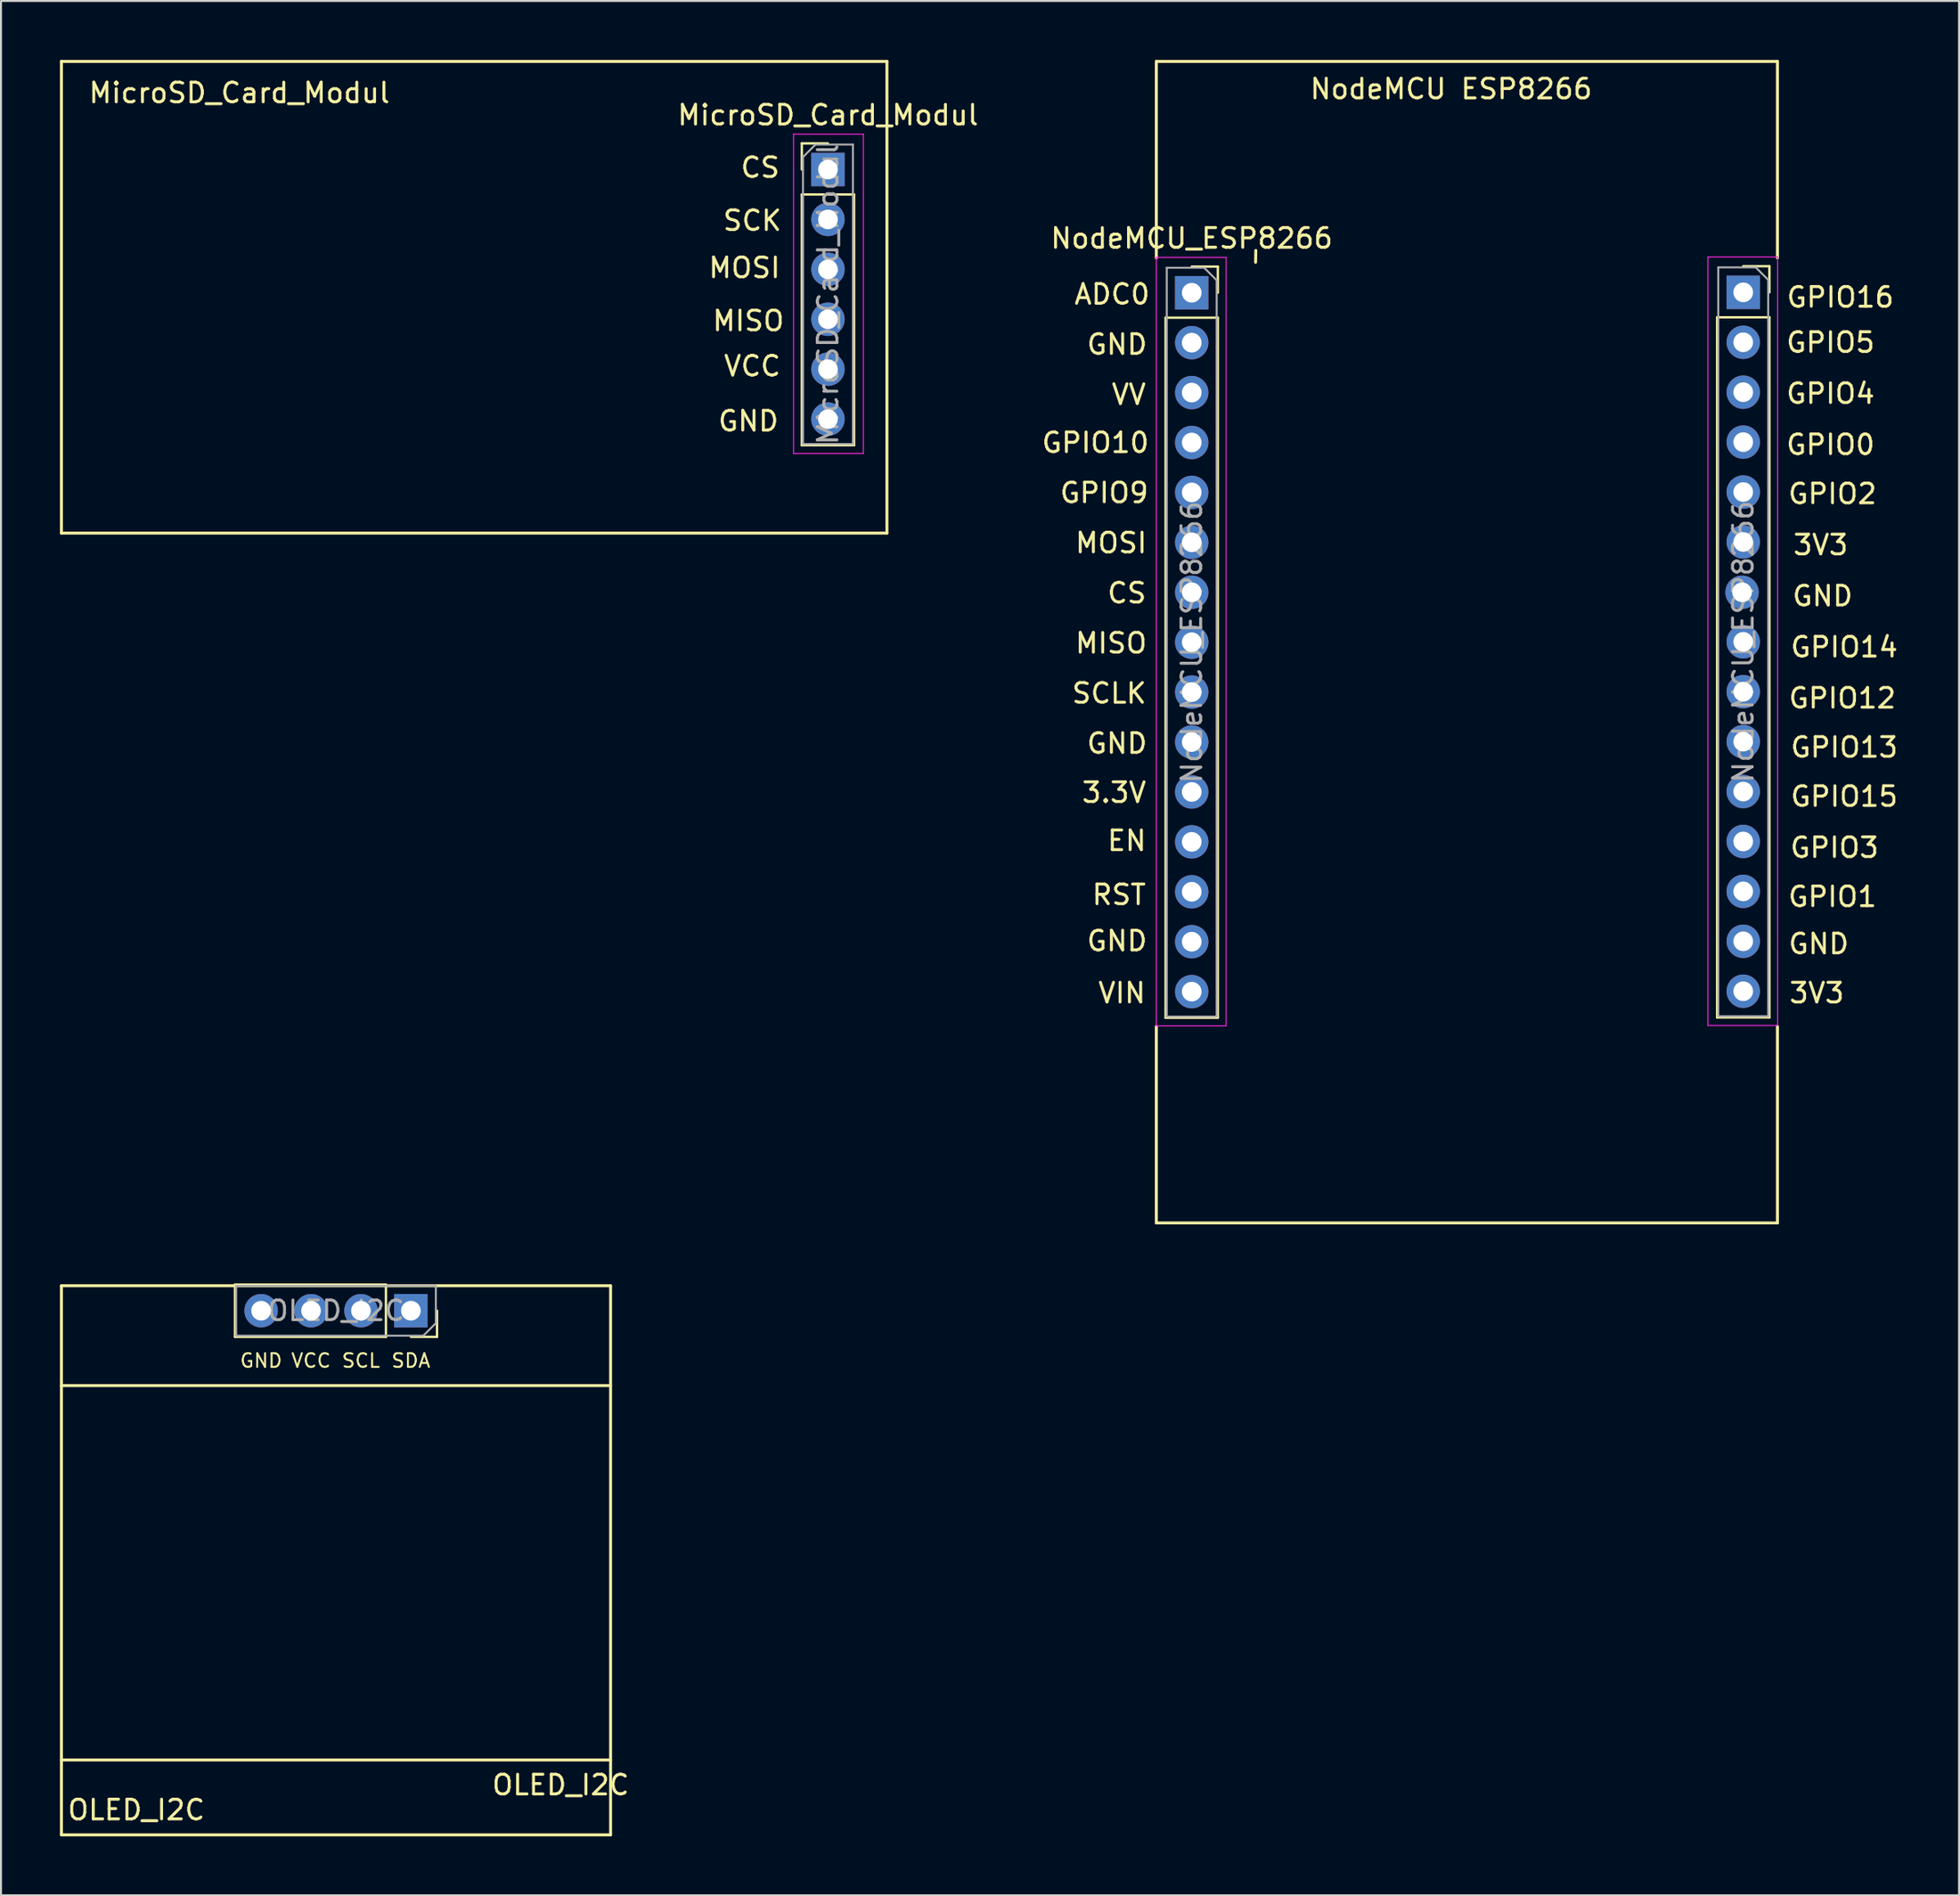
<source format=kicad_pcb>
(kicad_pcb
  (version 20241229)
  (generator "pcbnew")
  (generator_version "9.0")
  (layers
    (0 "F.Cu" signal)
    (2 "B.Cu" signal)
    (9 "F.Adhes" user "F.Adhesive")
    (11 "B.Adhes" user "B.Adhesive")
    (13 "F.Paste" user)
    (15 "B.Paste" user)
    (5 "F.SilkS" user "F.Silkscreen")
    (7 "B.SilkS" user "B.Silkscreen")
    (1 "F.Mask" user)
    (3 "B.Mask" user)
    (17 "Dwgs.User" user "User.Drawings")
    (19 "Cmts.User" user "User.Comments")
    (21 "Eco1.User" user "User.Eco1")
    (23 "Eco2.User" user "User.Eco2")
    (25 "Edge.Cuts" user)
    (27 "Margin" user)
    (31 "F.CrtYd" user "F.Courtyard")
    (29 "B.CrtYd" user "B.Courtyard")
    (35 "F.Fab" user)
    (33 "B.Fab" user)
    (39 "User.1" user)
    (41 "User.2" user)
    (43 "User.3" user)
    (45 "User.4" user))
  (footprint "OLED_I2C"
    (layer "F.Cu")
    (at 7.695 64.91)
    (property "Reference" "OLED_I2C" (at 17.78 22.86 0) (layer "F.SilkS") (effects (font (size 1 1) (thickness 0.15))))
    (attr through_hole)
    (fp_line (start -7.62 -2.54) (end -7.62 25.4) (stroke (width 0.15) (type solid)) (layer "F.SilkS"))
    (fp_line (start -7.62 -2.54) (end 20.32 -2.54) (stroke (width 0.15) (type solid)) (layer "F.SilkS"))
    (fp_line (start -7.62 2.54) (end 20.32 2.54) (stroke (width 0.15) (type solid)) (layer "F.SilkS"))
    (fp_line (start -7.62 21.59) (end 20.32 21.59) (stroke (width 0.15) (type solid)) (layer "F.SilkS"))
    (fp_line (start 1.21 -2.6) (end 1.21 0.06) (stroke (width 0.12) (type solid)) (layer "F.SilkS"))
    (fp_line (start 8.89 -2.6) (end 1.21 -2.6) (stroke (width 0.12) (type solid)) (layer "F.SilkS"))
    (fp_line (start 8.89 -2.6) (end 8.89 0.06) (stroke (width 0.12) (type solid)) (layer "F.SilkS"))
    (fp_line (start 8.89 0.06) (end 1.21 0.06) (stroke (width 0.12) (type solid)) (layer "F.SilkS"))
    (fp_line (start 11.49 -1.27) (end 11.49 0.06) (stroke (width 0.12) (type solid)) (layer "F.SilkS"))
    (fp_line (start 11.49 0.06) (end 10.16 0.06) (stroke (width 0.12) (type solid)) (layer "F.SilkS"))
    (fp_line (start 20.32 -2.54) (end 20.32 25.4) (stroke (width 0.15) (type solid)) (layer "F.SilkS"))
    (fp_line (start 20.32 25.4) (end -7.62 25.4) (stroke (width 0.15) (type solid)) (layer "F.SilkS"))
    (fp_line (start 1.27 -2.54) (end 11.43 -2.54) (stroke (width 0.1) (type solid)) (layer "F.Fab"))
    (fp_line (start 1.27 0) (end 1.27 -2.54) (stroke (width 0.1) (type solid)) (layer "F.Fab"))
    (fp_line (start 10.795 0) (end 1.27 0) (stroke (width 0.1) (type solid)) (layer "F.Fab"))
    (fp_line (start 11.43 -2.54) (end 11.43 -0.635) (stroke (width 0.1) (type solid)) (layer "F.Fab"))
    (fp_line (start 11.43 -0.635) (end 10.795 0) (stroke (width 0.1) (type solid)) (layer "F.Fab"))
    (fp_text user "SDA" (at 10.16 1.27 0) (layer "F.SilkS") (effects (font (size 0.7 0.7) (thickness 0.1))))
    (fp_text user "GND" (at 2.54 1.27 0) (layer "F.SilkS") (effects (font (size 0.7 0.7) (thickness 0.1))))
    (fp_text user "OLED_I2C" (at -3.81 24.13 0) (layer "F.SilkS") (effects (font (size 1 1) (thickness 0.15))))
    (fp_text user "VCC" (at 5.08 1.27 0) (layer "F.SilkS") (effects (font (size 0.7 0.7) (thickness 0.1))))
    (fp_text user "SCL" (at 7.62 1.27 0) (layer "F.SilkS") (effects (font (size 0.7 0.7) (thickness 0.1))))
    (fp_text user "${REFERENCE}" (at 6.35 -1.27 0) (layer "F.Fab") (effects (font (size 1 1) (thickness 0.15))))
    (pad "1" thru_hole oval (at 2.54 -1.27 270) (size 1.7 1.7) (drill 1) (layers "*.Cu" "*.Mask"))
    (pad "2" thru_hole oval (at 5.08 -1.27 270) (size 1.7 1.7) (drill 1) (layers "*.Cu" "*.Mask"))
    (pad "3" thru_hole oval (at 7.62 -1.27 270) (size 1.7 1.7) (drill 1) (layers "*.Cu" "*.Mask"))
    (pad "4" thru_hole rect (at 10.16 -1.27 270) (size 1.7 1.7) (drill 1) (layers "*.Cu" "*.Mask")))
  (footprint "MicroSD_Card_Modul"
    (layer "F.Cu")
    (at 42.026 11.975)
    (property "Reference" "MicroSD_Card_Modul" (at -2.951 -9.17 0) (layer "F.SilkS") (effects (font (size 1 1) (thickness 0.15))))
    (attr through_hole)
    (fp_line (start -41.951 -11.9) (end -41.951 12.1) (stroke (width 0.15) (type solid)) (layer "F.SilkS"))
    (fp_line (start -41.951 12.1) (end 0.049 12.1) (stroke (width 0.15) (type solid)) (layer "F.SilkS"))
    (fp_line (start -4.281 -7.73) (end -4.281 -6.4) (stroke (width 0.12) (type solid)) (layer "F.SilkS"))
    (fp_line (start -4.281 -5.13) (end -4.281 7.63) (stroke (width 0.12) (type solid)) (layer "F.SilkS"))
    (fp_line (start -2.951 -7.73) (end -4.281 -7.73) (stroke (width 0.12) (type solid)) (layer "F.SilkS"))
    (fp_line (start -1.621 -5.13) (end -4.281 -5.13) (stroke (width 0.12) (type solid)) (layer "F.SilkS"))
    (fp_line (start -1.621 -5.13) (end -1.621 7.63) (stroke (width 0.12) (type solid)) (layer "F.SilkS"))
    (fp_line (start -1.621 7.63) (end -4.281 7.63) (stroke (width 0.12) (type solid)) (layer "F.SilkS"))
    (fp_line (start 0.049 -11.9) (end -41.951 -11.9) (stroke (width 0.15) (type solid)) (layer "F.SilkS"))
    (fp_line (start 0.049 12.1) (end 0.049 -11.9) (stroke (width 0.15) (type solid)) (layer "F.SilkS"))
    (fp_line (start -4.701 -8.2) (end -4.701 8.05) (stroke (width 0.05) (type solid)) (layer "F.CrtYd"))
    (fp_line (start -4.701 8.05) (end -1.151 8.05) (stroke (width 0.05) (type solid)) (layer "F.CrtYd"))
    (fp_line (start -1.151 -8.2) (end -4.701 -8.2) (stroke (width 0.05) (type solid)) (layer "F.CrtYd"))
    (fp_line (start -1.151 8.05) (end -1.151 -8.2) (stroke (width 0.05) (type solid)) (layer "F.CrtYd"))
    (fp_line (start -4.221 -7.035) (end -4.221 7.57) (stroke (width 0.1) (type solid)) (layer "F.Fab"))
    (fp_line (start -4.221 7.57) (end -1.681 7.57) (stroke (width 0.1) (type solid)) (layer "F.Fab"))
    (fp_line (start -3.586 -7.67) (end -4.221 -7.035) (stroke (width 0.1) (type solid)) (layer "F.Fab"))
    (fp_line (start -1.681 -7.67) (end -3.586 -7.67) (stroke (width 0.1) (type solid)) (layer "F.Fab"))
    (fp_line (start -1.681 7.57) (end -1.681 -7.67) (stroke (width 0.1) (type solid)) (layer "F.Fab"))
    (fp_text user "MISO" (at -7 1.3 0) (layer "F.SilkS") (effects (font (size 1 1) (thickness 0.15))))
    (fp_text user "MicroSD_Card_Modul" (at -32.9 -10.3 0) (layer "F.SilkS") (effects (font (size 1 1) (thickness 0.15))))
    (fp_text user "SCK" (at -6.8 -3.8 0) (layer "F.SilkS") (effects (font (size 1 1) (thickness 0.15))))
    (fp_text user "VCC" (at -6.8 3.6 0) (layer "F.SilkS") (effects (font (size 1 1) (thickness 0.15))))
    (fp_text user "CS" (at -6.4 -6.5 0) (layer "F.SilkS") (effects (font (size 1 1) (thickness 0.15))))
    (fp_text user "GND" (at -7 6.4 0) (layer "F.SilkS") (effects (font (size 1 1) (thickness 0.15))))
    (fp_text user "MOSI" (at -7.2 -1.4 0) (layer "F.SilkS") (effects (font (size 1 1) (thickness 0.15))))
    (fp_text user "${REFERENCE}" (at -2.951 -0.05 90) (layer "F.Fab") (effects (font (size 1 1) (thickness 0.15))))
    (pad "1" thru_hole rect (at -2.951 -6.4) (size 1.7 1.7) (drill 1) (layers "*.Cu" "*.Mask"))
    (pad "2" thru_hole oval (at -2.951 -3.86) (size 1.7 1.7) (drill 1) (layers "*.Cu" "*.Mask"))
    (pad "3" thru_hole oval (at -2.951 -1.32) (size 1.7 1.7) (drill 1) (layers "*.Cu" "*.Mask"))
    (pad "4" thru_hole oval (at -2.951 1.22) (size 1.7 1.7) (drill 1) (layers "*.Cu" "*.Mask"))
    (pad "5" thru_hole oval (at -2.951 3.76) (size 1.7 1.7) (drill 1) (layers "*.Cu" "*.Mask"))
    (pad "6" thru_hole oval (at -2.951 6.3) (size 1.7 1.7) (drill 1) (layers "*.Cu" "*.Mask")))
  (footprint "NodeMCU_ESP8266"
    (layer "F.Cu")
    (at 71.582 27.075)
    (property "Reference" "NodeMCU_ESP8266" (at -14 -18 0) (layer "F.SilkS") (effects (font (size 1 1) (thickness 0.15))))
    (attr through_hole)
    (fp_line (start -15.8 -27) (end 15.8 -27) (stroke (width 0.15) (type solid)) (layer "F.SilkS"))
    (fp_line (start -15.8 -17) (end -15.8 -27) (stroke (width 0.15) (type solid)) (layer "F.SilkS"))
    (fp_line (start -15.8 22.1) (end -15.8 32.1) (stroke (width 0.15) (type solid)) (layer "F.SilkS"))
    (fp_line (start -15.33 -13.96) (end -15.33 21.66) (stroke (width 0.12) (type solid)) (layer "F.SilkS"))
    (fp_line (start -15.33 -13.96) (end -12.67 -13.96) (stroke (width 0.12) (type solid)) (layer "F.SilkS"))
    (fp_line (start -15.33 21.66) (end -12.67 21.66) (stroke (width 0.12) (type solid)) (layer "F.SilkS"))
    (fp_line (start -14 -16.56) (end -12.67 -16.56) (stroke (width 0.12) (type solid)) (layer "F.SilkS"))
    (fp_line (start -12.67 -16.56) (end -12.67 -15.23) (stroke (width 0.12) (type solid)) (layer "F.SilkS"))
    (fp_line (start -12.67 -13.96) (end -12.67 21.66) (stroke (width 0.12) (type solid)) (layer "F.SilkS"))
    (fp_line (start -10.75 -16.78) (end -10.74 -17.38) (stroke (width 0.15) (type solid)) (layer "F.SilkS"))
    (fp_line (start 12.73 -13.98) (end 12.73 21.64) (stroke (width 0.12) (type solid)) (layer "F.SilkS"))
    (fp_line (start 12.73 -13.98) (end 15.39 -13.98) (stroke (width 0.12) (type solid)) (layer "F.SilkS"))
    (fp_line (start 12.73 21.64) (end 15.39 21.64) (stroke (width 0.12) (type solid)) (layer "F.SilkS"))
    (fp_line (start 14.06 -16.58) (end 15.39 -16.58) (stroke (width 0.12) (type solid)) (layer "F.SilkS"))
    (fp_line (start 15.39 -16.58) (end 15.39 -15.25) (stroke (width 0.12) (type solid)) (layer "F.SilkS"))
    (fp_line (start 15.39 -13.98) (end 15.39 21.64) (stroke (width 0.12) (type solid)) (layer "F.SilkS"))
    (fp_line (start 15.8 -27) (end 15.8 -17) (stroke (width 0.15) (type solid)) (layer "F.SilkS"))
    (fp_line (start 15.8 22.1) (end 15.8 32.1) (stroke (width 0.15) (type solid)) (layer "F.SilkS"))
    (fp_line (start 15.8 32.1) (end -15.8 32.1) (stroke (width 0.15) (type solid)) (layer "F.SilkS"))
    (fp_line (start -15.8 -17.03) (end -12.25 -17.03) (stroke (width 0.05) (type solid)) (layer "F.CrtYd"))
    (fp_line (start -15.8 22.07) (end -15.8 -17.03) (stroke (width 0.05) (type solid)) (layer "F.CrtYd"))
    (fp_line (start -12.25 -17.03) (end -12.25 22.07) (stroke (width 0.05) (type solid)) (layer "F.CrtYd"))
    (fp_line (start -12.25 22.07) (end -15.8 22.07) (stroke (width 0.05) (type solid)) (layer "F.CrtYd"))
    (fp_line (start 12.26 -17.05) (end 15.81 -17.05) (stroke (width 0.05) (type solid)) (layer "F.CrtYd"))
    (fp_line (start 12.26 22.05) (end 12.26 -17.05) (stroke (width 0.05) (type solid)) (layer "F.CrtYd"))
    (fp_line (start 15.81 -17.05) (end 15.81 22.05) (stroke (width 0.05) (type solid)) (layer "F.CrtYd"))
    (fp_line (start 15.81 22.05) (end 12.26 22.05) (stroke (width 0.05) (type solid)) (layer "F.CrtYd"))
    (fp_line (start -15.27 -16.5) (end -13.365 -16.5) (stroke (width 0.1) (type solid)) (layer "F.Fab"))
    (fp_line (start -15.27 21.6) (end -15.27 -16.5) (stroke (width 0.1) (type solid)) (layer "F.Fab"))
    (fp_line (start -13.365 -16.5) (end -12.73 -15.865) (stroke (width 0.1) (type solid)) (layer "F.Fab"))
    (fp_line (start -12.73 -15.865) (end -12.73 21.6) (stroke (width 0.1) (type solid)) (layer "F.Fab"))
    (fp_line (start -12.73 21.6) (end -15.27 21.6) (stroke (width 0.1) (type solid)) (layer "F.Fab"))
    (fp_line (start 12.79 -16.52) (end 14.695 -16.52) (stroke (width 0.1) (type solid)) (layer "F.Fab"))
    (fp_line (start 12.79 21.58) (end 12.79 -16.52) (stroke (width 0.1) (type solid)) (layer "F.Fab"))
    (fp_line (start 14.695 -16.52) (end 15.33 -15.885) (stroke (width 0.1) (type solid)) (layer "F.Fab"))
    (fp_line (start 15.33 -15.885) (end 15.33 21.58) (stroke (width 0.1) (type solid)) (layer "F.Fab"))
    (fp_line (start 15.33 21.58) (end 12.79 21.58) (stroke (width 0.1) (type solid)) (layer "F.Fab"))
    (fp_text user "VV" (at -17.2 -10.05 0) (layer "F.SilkS") (effects (font (size 1 1) (thickness 0.15))))
    (fp_text user "RST" (at -17.7 15.4 0) (layer "F.SilkS") (effects (font (size 1 1) (thickness 0.15))))
    (fp_text user "GPIO14" (at 19.2 2.8 0) (layer "F.SilkS") (effects (font (size 1 1) (thickness 0.15))))
    (fp_text user "3V3" (at 17.8 20.4 0) (layer "F.SilkS") (effects (font (size 1 1) (thickness 0.15))))
    (fp_text user "GPIO10" (at -18.9 -7.6 0) (layer "F.SilkS") (effects (font (size 1 1) (thickness 0.15))))
    (fp_text user "GPIO2" (at 18.6 -5 0) (layer "F.SilkS") (effects (font (size 1 1) (thickness 0.15))))
    (fp_text user "GND" (at 18.1 0.2 0) (layer "F.SilkS") (effects (font (size 1 1) (thickness 0.15))))
    (fp_text user "GPIO16" (at 19 -15 0) (layer "F.SilkS") (effects (font (size 1 1) (thickness 0.15))))
    (fp_text user "MOSI" (at -18.1 -2.5 0) (layer "F.SilkS") (effects (font (size 1 1) (thickness 0.15))))
    (fp_text user "GND" (at 17.9 17.9 0) (layer "F.SilkS") (effects (font (size 1 1) (thickness 0.15))))
    (fp_text user "NodeMCU ESP8266" (at -0.8 -25.6 0) (layer "F.SilkS") (effects (font (size 1 1) (thickness 0.15))))
    (fp_text user "GND" (at -17.8 7.7 0) (layer "F.SilkS") (effects (font (size 1 1) (thickness 0.15))))
    (fp_text user "CS" (at -17.3 0.05 0) (layer "F.SilkS") (effects (font (size 1 1) (thickness 0.15))))
    (fp_text user "GPIO0" (at 18.5 -7.5 0) (layer "F.SilkS") (effects (font (size 1 1) (thickness 0.15))))
    (fp_text user "GPIO13" (at 19.2 7.9 0) (layer "F.SilkS") (effects (font (size 1 1) (thickness 0.15))))
    (fp_text user "GPIO9" (at -18.45 -5.05 0) (layer "F.SilkS") (effects (font (size 1 1) (thickness 0.15))))
    (fp_text user "EN" (at -17.3 12.65 0) (layer "F.SilkS") (effects (font (size 1 1) (thickness 0.15))))
    (fp_text user "SCLK" (at -18.2 5.15 0) (layer "F.SilkS") (effects (font (size 1 1) (thickness 0.15))))
    (fp_text user "GPIO12" (at 19.1 5.4 0) (layer "F.SilkS") (effects (font (size 1 1) (thickness 0.15))))
    (fp_text user "ADC0" (at -18.05 -15.15 0) (layer "F.SilkS") (effects (font (size 1 1) (thickness 0.15))))
    (fp_text user "GND" (at -17.8 -12.6 0) (layer "F.SilkS") (effects (font (size 1 1) (thickness 0.15))))
    (fp_text user "GND" (at -17.8 17.75 0) (layer "F.SilkS") (effects (font (size 1 1) (thickness 0.15))))
    (fp_text user "GPIO15" (at 19.2 10.4 0) (layer "F.SilkS") (effects (font (size 1 1) (thickness 0.15))))
    (fp_text user "GPIO5" (at 18.5 -12.7 0) (layer "F.SilkS") (effects (font (size 1 1) (thickness 0.15))))
    (fp_text user "3.3V" (at -17.95 10.2 0) (layer "F.SilkS") (effects (font (size 1 1) (thickness 0.15))))
    (fp_text user "VIN" (at -17.55 20.4 0) (layer "F.SilkS") (effects (font (size 1 1) (thickness 0.15))))
    (fp_text user "MISO" (at -18.1 2.6 0) (layer "F.SilkS") (effects (font (size 1 1) (thickness 0.15))))
    (fp_text user "3V3" (at 18 -2.4 0) (layer "F.SilkS") (effects (font (size 1 1) (thickness 0.15))))
    (fp_text user "GPIO1" (at 18.6 15.5 0) (layer "F.SilkS") (effects (font (size 1 1) (thickness 0.15))))
    (fp_text user "GPIO4" (at 18.5 -10.1 0) (layer "F.SilkS") (effects (font (size 1 1) (thickness 0.15))))
    (fp_text user "GPIO3" (at 18.7 13 0) (layer "F.SilkS") (effects (font (size 1 1) (thickness 0.15))))
    (fp_text user "${REFERENCE}" (at -14 2.55 90) (layer "F.Fab") (effects (font (size 1 1) (thickness 0.15))))
    (fp_text user "${REFERENCE}" (at 14.06 2.53 90) (layer "F.Fab") (effects (font (size 1 1) (thickness 0.15))))
    (pad "1" thru_hole rect (at -14 -15.23) (size 1.7 1.7) (drill 1) (layers "*.Cu" "*.Mask"))
    (pad "2" thru_hole oval (at -14 -12.69) (size 1.7 1.7) (drill 1) (layers "*.Cu" "*.Mask"))
    (pad "3" thru_hole oval (at -14 -10.15) (size 1.7 1.7) (drill 1) (layers "*.Cu" "*.Mask"))
    (pad "4" thru_hole oval (at -14 -7.61) (size 1.7 1.7) (drill 1) (layers "*.Cu" "*.Mask"))
    (pad "5" thru_hole oval (at -14 -5.07) (size 1.7 1.7) (drill 1) (layers "*.Cu" "*.Mask"))
    (pad "6" thru_hole oval (at -14 -2.53) (size 1.7 1.7) (drill 1) (layers "*.Cu" "*.Mask"))
    (pad "7" thru_hole oval (at -14 0.01) (size 1.7 1.7) (drill 1) (layers "*.Cu" "*.Mask"))
    (pad "8" thru_hole oval (at -14 2.55) (size 1.7 1.7) (drill 1) (layers "*.Cu" "*.Mask"))
    (pad "9" thru_hole oval (at -14 5.09) (size 1.7 1.7) (drill 1) (layers "*.Cu" "*.Mask"))
    (pad "10" thru_hole oval (at -14 7.63) (size 1.7 1.7) (drill 1) (layers "*.Cu" "*.Mask"))
    (pad "11" thru_hole oval (at -14 10.17) (size 1.7 1.7) (drill 1) (layers "*.Cu" "*.Mask"))
    (pad "12" thru_hole oval (at -14 12.71) (size 1.7 1.7) (drill 1) (layers "*.Cu" "*.Mask"))
    (pad "13" thru_hole oval (at -14 15.25) (size 1.7 1.7) (drill 1) (layers "*.Cu" "*.Mask"))
    (pad "14" thru_hole oval (at -14 17.79) (size 1.7 1.7) (drill 1) (layers "*.Cu" "*.Mask"))
    (pad "15" thru_hole oval (at -14 20.33) (size 1.7 1.7) (drill 1) (layers "*.Cu" "*.Mask"))
    (pad "16" thru_hole oval (at 14.06 20.31) (size 1.7 1.7) (drill 1) (layers "*.Cu" "*.Mask"))
    (pad "17" thru_hole oval (at 14.06 17.77) (size 1.7 1.7) (drill 1) (layers "*.Cu" "*.Mask"))
    (pad "18" thru_hole oval (at 14.06 15.23) (size 1.7 1.7) (drill 1) (layers "*.Cu" "*.Mask"))
    (pad "19" thru_hole oval (at 14.06 12.69) (size 1.7 1.7) (drill 1) (layers "*.Cu" "*.Mask"))
    (pad "20" thru_hole oval (at 14.06 10.15) (size 1.7 1.7) (drill 1) (layers "*.Cu" "*.Mask"))
    (pad "21" thru_hole oval (at 14.06 7.61) (size 1.7 1.7) (drill 1) (layers "*.Cu" "*.Mask"))
    (pad "22" thru_hole oval (at 14.06 5.07) (size 1.7 1.7) (drill 1) (layers "*.Cu" "*.Mask"))
    (pad "23" thru_hole oval (at 14.06 2.53) (size 1.7 1.7) (drill 1) (layers "*.Cu" "*.Mask"))
    (pad "24" thru_hole oval (at 14 0.01) (size 1.7 1.7) (drill 1) (layers "*.Cu" "*.Mask"))
    (pad "25" thru_hole oval (at 14.06 -2.55) (size 1.7 1.7) (drill 1) (layers "*.Cu" "*.Mask"))
    (pad "26" thru_hole oval (at 14.06 -5.09) (size 1.7 1.7) (drill 1) (layers "*.Cu" "*.Mask"))
    (pad "27" thru_hole oval (at 14.06 -7.63) (size 1.7 1.7) (drill 1) (layers "*.Cu" "*.Mask"))
    (pad "28" thru_hole oval (at 14.06 -10.17) (size 1.7 1.7) (drill 1) (layers "*.Cu" "*.Mask"))
    (pad "29" thru_hole oval (at 14.06 -12.71) (size 1.7 1.7) (drill 1) (layers "*.Cu" "*.Mask"))
    (pad "30" thru_hole rect (at 14.06 -15.25) (size 1.7 1.7) (drill 1) (layers "*.Cu" "*.Mask")))
  (gr_rect
    (start -3 -3)
    (end 96.621 93.385)
    (stroke (width 0.1) (type default))
    (fill no)
    (layer "Edge.Cuts")))
</source>
